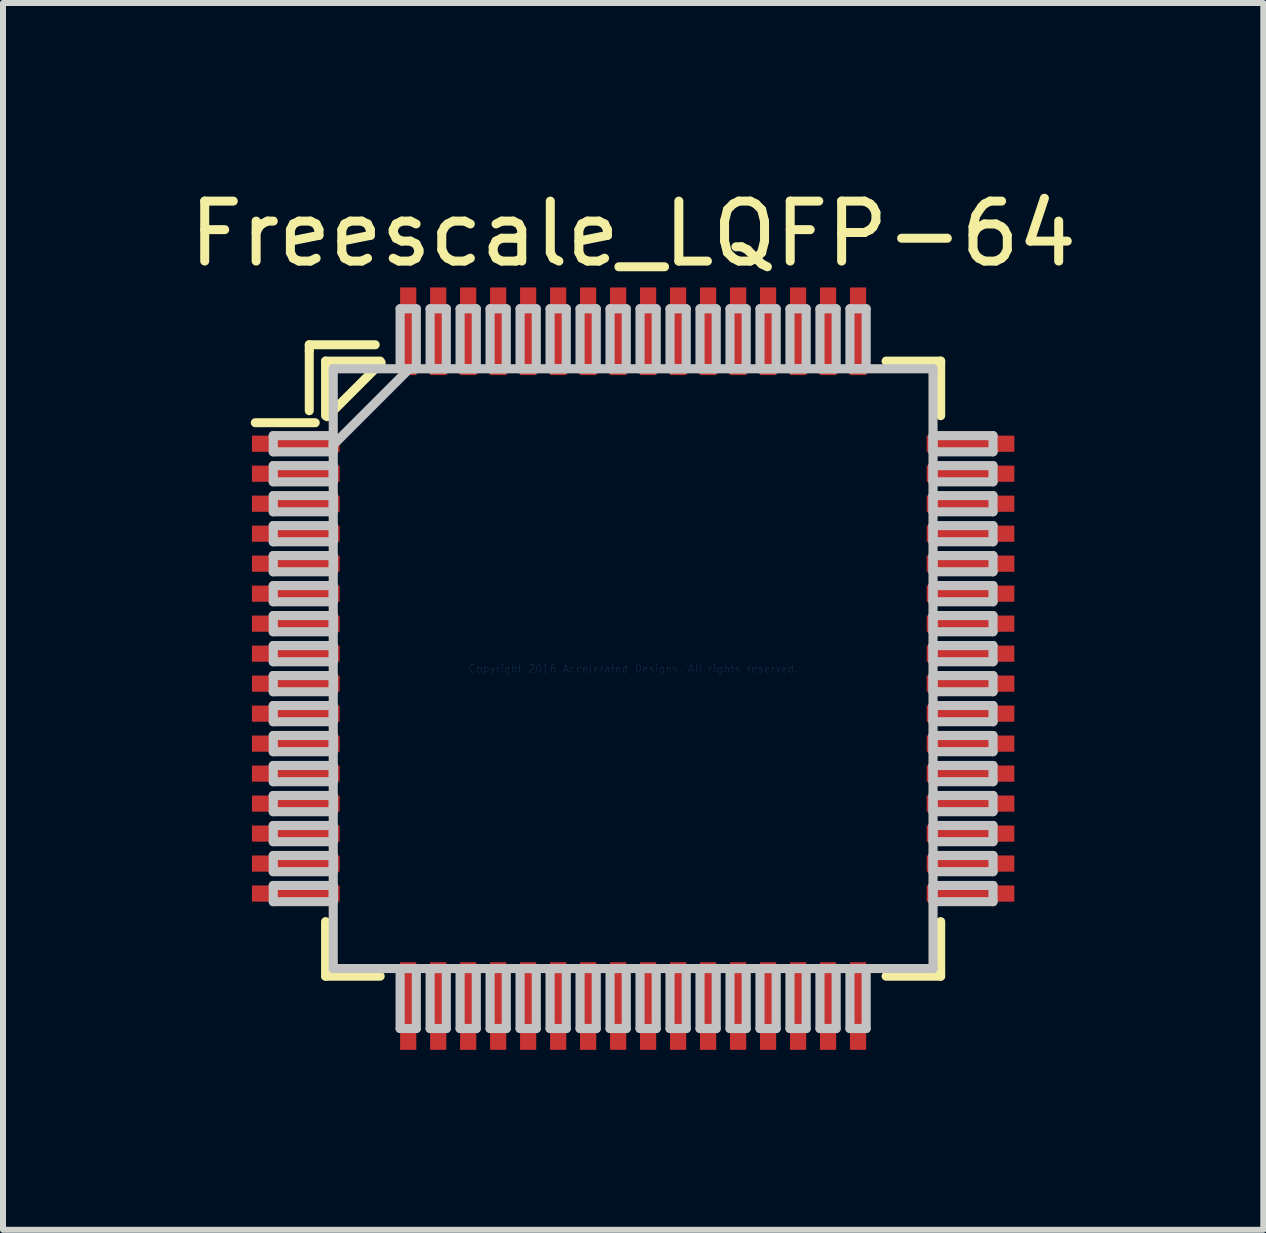
<source format=kicad_pcb>
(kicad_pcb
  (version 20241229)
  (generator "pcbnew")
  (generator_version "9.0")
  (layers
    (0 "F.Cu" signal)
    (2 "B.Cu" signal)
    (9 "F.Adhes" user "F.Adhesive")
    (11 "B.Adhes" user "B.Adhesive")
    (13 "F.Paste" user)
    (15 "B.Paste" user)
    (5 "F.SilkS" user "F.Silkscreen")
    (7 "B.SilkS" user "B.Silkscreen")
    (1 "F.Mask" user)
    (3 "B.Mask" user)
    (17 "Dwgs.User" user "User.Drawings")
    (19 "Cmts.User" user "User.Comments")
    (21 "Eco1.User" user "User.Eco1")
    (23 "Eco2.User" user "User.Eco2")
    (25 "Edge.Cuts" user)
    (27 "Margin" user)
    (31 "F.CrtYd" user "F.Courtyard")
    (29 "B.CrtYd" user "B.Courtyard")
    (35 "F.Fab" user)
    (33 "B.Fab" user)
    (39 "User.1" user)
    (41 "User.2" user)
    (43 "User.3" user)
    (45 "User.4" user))
  (footprint "Freescale_LQFP-64"
    (layer "F.Cu")
    (at 7.506 8.098)
    (property "Reference" "Freescale_LQFP-64" (at 0 -7.25 0) (layer "F.SilkS") (effects (font (size 1 1) (thickness 0.15))))
    (attr through_hole)
    (fp_line (start -5.4 -5.4) (end -4.3 -5.4) (stroke (width 0.15) (type solid)) (layer "F.SilkS"))
    (fp_line (start -5.4 -5.3) (end -5.4 -5.4) (stroke (width 0.15) (type solid)) (layer "F.SilkS"))
    (fp_line (start -5.4 -4.3) (end -5.4 -5.3) (stroke (width 0.15) (type solid)) (layer "F.SilkS"))
    (fp_line (start -5.3 -4.1) (end -6.3 -4.1) (stroke (width 0.15) (type solid)) (layer "F.SilkS"))
    (fp_line (start -5.127 -5.127) (end -5.127 -4.218) (stroke (width 0.152) (type solid)) (layer "F.SilkS"))
    (fp_line (start -5.127 4.218) (end -5.127 5.127) (stroke (width 0.152) (type solid)) (layer "F.SilkS"))
    (fp_line (start -5.127 5.127) (end -4.218 5.127) (stroke (width 0.152) (type solid)) (layer "F.SilkS"))
    (fp_line (start -4.218 -5.127) (end -5.127 -5.127) (stroke (width 0.152) (type solid)) (layer "F.SilkS"))
    (fp_line (start -4.2 -5.1) (end -5.1 -4.2) (stroke (width 0.15) (type solid)) (layer "F.SilkS"))
    (fp_line (start 4.218 5.127) (end 5.127 5.127) (stroke (width 0.152) (type solid)) (layer "F.SilkS"))
    (fp_line (start 5.127 -5.127) (end 4.218 -5.127) (stroke (width 0.152) (type solid)) (layer "F.SilkS"))
    (fp_line (start 5.127 -4.218) (end 5.127 -5.127) (stroke (width 0.152) (type solid)) (layer "F.SilkS"))
    (fp_line (start 5.127 5.127) (end 5.127 4.218) (stroke (width 0.152) (type solid)) (layer "F.SilkS"))
    (fp_line (start -6 -3.885) (end -6 -3.615) (stroke (width 0.152) (type solid)) (layer "Dwgs.User"))
    (fp_line (start -6 -3.615) (end -5 -3.615) (stroke (width 0.152) (type solid)) (layer "Dwgs.User"))
    (fp_line (start -6 -3.385) (end -6 -3.115) (stroke (width 0.152) (type solid)) (layer "Dwgs.User"))
    (fp_line (start -6 -3.115) (end -5 -3.115) (stroke (width 0.152) (type solid)) (layer "Dwgs.User"))
    (fp_line (start -6 -2.885) (end -6 -2.615) (stroke (width 0.152) (type solid)) (layer "Dwgs.User"))
    (fp_line (start -6 -2.615) (end -5 -2.615) (stroke (width 0.152) (type solid)) (layer "Dwgs.User"))
    (fp_line (start -6 -2.385) (end -6 -2.115) (stroke (width 0.152) (type solid)) (layer "Dwgs.User"))
    (fp_line (start -6 -2.115) (end -5 -2.115) (stroke (width 0.152) (type solid)) (layer "Dwgs.User"))
    (fp_line (start -6 -1.885) (end -6 -1.615) (stroke (width 0.152) (type solid)) (layer "Dwgs.User"))
    (fp_line (start -6 -1.615) (end -5 -1.615) (stroke (width 0.152) (type solid)) (layer "Dwgs.User"))
    (fp_line (start -6 -1.385) (end -6 -1.115) (stroke (width 0.152) (type solid)) (layer "Dwgs.User"))
    (fp_line (start -6 -1.115) (end -5 -1.115) (stroke (width 0.152) (type solid)) (layer "Dwgs.User"))
    (fp_line (start -6 -0.885) (end -6 -0.615) (stroke (width 0.152) (type solid)) (layer "Dwgs.User"))
    (fp_line (start -6 -0.615) (end -5 -0.615) (stroke (width 0.152) (type solid)) (layer "Dwgs.User"))
    (fp_line (start -6 -0.385) (end -6 -0.115) (stroke (width 0.152) (type solid)) (layer "Dwgs.User"))
    (fp_line (start -6 -0.115) (end -5 -0.115) (stroke (width 0.152) (type solid)) (layer "Dwgs.User"))
    (fp_line (start -6 0.115) (end -6 0.385) (stroke (width 0.152) (type solid)) (layer "Dwgs.User"))
    (fp_line (start -6 0.385) (end -5 0.385) (stroke (width 0.152) (type solid)) (layer "Dwgs.User"))
    (fp_line (start -6 0.615) (end -6 0.885) (stroke (width 0.152) (type solid)) (layer "Dwgs.User"))
    (fp_line (start -6 0.885) (end -5 0.885) (stroke (width 0.152) (type solid)) (layer "Dwgs.User"))
    (fp_line (start -6 1.115) (end -6 1.385) (stroke (width 0.152) (type solid)) (layer "Dwgs.User"))
    (fp_line (start -6 1.385) (end -5 1.385) (stroke (width 0.152) (type solid)) (layer "Dwgs.User"))
    (fp_line (start -6 1.615) (end -6 1.885) (stroke (width 0.152) (type solid)) (layer "Dwgs.User"))
    (fp_line (start -6 1.885) (end -5 1.885) (stroke (width 0.152) (type solid)) (layer "Dwgs.User"))
    (fp_line (start -6 2.115) (end -6 2.385) (stroke (width 0.152) (type solid)) (layer "Dwgs.User"))
    (fp_line (start -6 2.385) (end -5 2.385) (stroke (width 0.152) (type solid)) (layer "Dwgs.User"))
    (fp_line (start -6 2.615) (end -6 2.885) (stroke (width 0.152) (type solid)) (layer "Dwgs.User"))
    (fp_line (start -6 2.885) (end -5 2.885) (stroke (width 0.152) (type solid)) (layer "Dwgs.User"))
    (fp_line (start -6 3.115) (end -6 3.385) (stroke (width 0.152) (type solid)) (layer "Dwgs.User"))
    (fp_line (start -6 3.385) (end -5 3.385) (stroke (width 0.152) (type solid)) (layer "Dwgs.User"))
    (fp_line (start -6 3.615) (end -6 3.885) (stroke (width 0.152) (type solid)) (layer "Dwgs.User"))
    (fp_line (start -6 3.885) (end -5 3.885) (stroke (width 0.152) (type solid)) (layer "Dwgs.User"))
    (fp_line (start -5 -5) (end -5 -5) (stroke (width 0.152) (type solid)) (layer "Dwgs.User"))
    (fp_line (start -5 -5) (end -5 5) (stroke (width 0.152) (type solid)) (layer "Dwgs.User"))
    (fp_line (start -5 -3.885) (end -6 -3.885) (stroke (width 0.152) (type solid)) (layer "Dwgs.User"))
    (fp_line (start -5 -3.73) (end -3.73 -5) (stroke (width 0.152) (type solid)) (layer "Dwgs.User"))
    (fp_line (start -5 -3.615) (end -5 -3.885) (stroke (width 0.152) (type solid)) (layer "Dwgs.User"))
    (fp_line (start -5 -3.385) (end -6 -3.385) (stroke (width 0.152) (type solid)) (layer "Dwgs.User"))
    (fp_line (start -5 -3.115) (end -5 -3.385) (stroke (width 0.152) (type solid)) (layer "Dwgs.User"))
    (fp_line (start -5 -2.885) (end -6 -2.885) (stroke (width 0.152) (type solid)) (layer "Dwgs.User"))
    (fp_line (start -5 -2.615) (end -5 -2.885) (stroke (width 0.152) (type solid)) (layer "Dwgs.User"))
    (fp_line (start -5 -2.385) (end -6 -2.385) (stroke (width 0.152) (type solid)) (layer "Dwgs.User"))
    (fp_line (start -5 -2.115) (end -5 -2.385) (stroke (width 0.152) (type solid)) (layer "Dwgs.User"))
    (fp_line (start -5 -1.885) (end -6 -1.885) (stroke (width 0.152) (type solid)) (layer "Dwgs.User"))
    (fp_line (start -5 -1.615) (end -5 -1.885) (stroke (width 0.152) (type solid)) (layer "Dwgs.User"))
    (fp_line (start -5 -1.385) (end -6 -1.385) (stroke (width 0.152) (type solid)) (layer "Dwgs.User"))
    (fp_line (start -5 -1.115) (end -5 -1.385) (stroke (width 0.152) (type solid)) (layer "Dwgs.User"))
    (fp_line (start -5 -0.885) (end -6 -0.885) (stroke (width 0.152) (type solid)) (layer "Dwgs.User"))
    (fp_line (start -5 -0.615) (end -5 -0.885) (stroke (width 0.152) (type solid)) (layer "Dwgs.User"))
    (fp_line (start -5 -0.385) (end -6 -0.385) (stroke (width 0.152) (type solid)) (layer "Dwgs.User"))
    (fp_line (start -5 -0.115) (end -5 -0.385) (stroke (width 0.152) (type solid)) (layer "Dwgs.User"))
    (fp_line (start -5 0.115) (end -6 0.115) (stroke (width 0.152) (type solid)) (layer "Dwgs.User"))
    (fp_line (start -5 0.385) (end -5 0.115) (stroke (width 0.152) (type solid)) (layer "Dwgs.User"))
    (fp_line (start -5 0.615) (end -6 0.615) (stroke (width 0.152) (type solid)) (layer "Dwgs.User"))
    (fp_line (start -5 0.885) (end -5 0.615) (stroke (width 0.152) (type solid)) (layer "Dwgs.User"))
    (fp_line (start -5 1.115) (end -6 1.115) (stroke (width 0.152) (type solid)) (layer "Dwgs.User"))
    (fp_line (start -5 1.385) (end -5 1.115) (stroke (width 0.152) (type solid)) (layer "Dwgs.User"))
    (fp_line (start -5 1.615) (end -6 1.615) (stroke (width 0.152) (type solid)) (layer "Dwgs.User"))
    (fp_line (start -5 1.885) (end -5 1.615) (stroke (width 0.152) (type solid)) (layer "Dwgs.User"))
    (fp_line (start -5 2.115) (end -6 2.115) (stroke (width 0.152) (type solid)) (layer "Dwgs.User"))
    (fp_line (start -5 2.385) (end -5 2.115) (stroke (width 0.152) (type solid)) (layer "Dwgs.User"))
    (fp_line (start -5 2.615) (end -6 2.615) (stroke (width 0.152) (type solid)) (layer "Dwgs.User"))
    (fp_line (start -5 2.885) (end -5 2.615) (stroke (width 0.152) (type solid)) (layer "Dwgs.User"))
    (fp_line (start -5 3.115) (end -6 3.115) (stroke (width 0.152) (type solid)) (layer "Dwgs.User"))
    (fp_line (start -5 3.385) (end -5 3.115) (stroke (width 0.152) (type solid)) (layer "Dwgs.User"))
    (fp_line (start -5 3.615) (end -6 3.615) (stroke (width 0.152) (type solid)) (layer "Dwgs.User"))
    (fp_line (start -5 3.885) (end -5 3.615) (stroke (width 0.152) (type solid)) (layer "Dwgs.User"))
    (fp_line (start -5 5) (end -5 5) (stroke (width 0.152) (type solid)) (layer "Dwgs.User"))
    (fp_line (start -5 5) (end 5 5) (stroke (width 0.152) (type solid)) (layer "Dwgs.User"))
    (fp_line (start -3.885 -6) (end -3.885 -5) (stroke (width 0.152) (type solid)) (layer "Dwgs.User"))
    (fp_line (start -3.885 -5) (end -3.615 -5) (stroke (width 0.152) (type solid)) (layer "Dwgs.User"))
    (fp_line (start -3.885 5) (end -3.885 6) (stroke (width 0.152) (type solid)) (layer "Dwgs.User"))
    (fp_line (start -3.885 6) (end -3.615 6) (stroke (width 0.152) (type solid)) (layer "Dwgs.User"))
    (fp_line (start -3.615 -6) (end -3.885 -6) (stroke (width 0.152) (type solid)) (layer "Dwgs.User"))
    (fp_line (start -3.615 -5) (end -3.615 -6) (stroke (width 0.152) (type solid)) (layer "Dwgs.User"))
    (fp_line (start -3.615 5) (end -3.885 5) (stroke (width 0.152) (type solid)) (layer "Dwgs.User"))
    (fp_line (start -3.615 6) (end -3.615 5) (stroke (width 0.152) (type solid)) (layer "Dwgs.User"))
    (fp_line (start -3.385 -6) (end -3.385 -5) (stroke (width 0.152) (type solid)) (layer "Dwgs.User"))
    (fp_line (start -3.385 -5) (end -3.115 -5) (stroke (width 0.152) (type solid)) (layer "Dwgs.User"))
    (fp_line (start -3.385 5) (end -3.385 6) (stroke (width 0.152) (type solid)) (layer "Dwgs.User"))
    (fp_line (start -3.385 6) (end -3.115 6) (stroke (width 0.152) (type solid)) (layer "Dwgs.User"))
    (fp_line (start -3.115 -6) (end -3.385 -6) (stroke (width 0.152) (type solid)) (layer "Dwgs.User"))
    (fp_line (start -3.115 -5) (end -3.115 -6) (stroke (width 0.152) (type solid)) (layer "Dwgs.User"))
    (fp_line (start -3.115 5) (end -3.385 5) (stroke (width 0.152) (type solid)) (layer "Dwgs.User"))
    (fp_line (start -3.115 6) (end -3.115 5) (stroke (width 0.152) (type solid)) (layer "Dwgs.User"))
    (fp_line (start -2.885 -6) (end -2.885 -5) (stroke (width 0.152) (type solid)) (layer "Dwgs.User"))
    (fp_line (start -2.885 -5) (end -2.615 -5) (stroke (width 0.152) (type solid)) (layer "Dwgs.User"))
    (fp_line (start -2.885 5) (end -2.885 6) (stroke (width 0.152) (type solid)) (layer "Dwgs.User"))
    (fp_line (start -2.885 6) (end -2.615 6) (stroke (width 0.152) (type solid)) (layer "Dwgs.User"))
    (fp_line (start -2.615 -6) (end -2.885 -6) (stroke (width 0.152) (type solid)) (layer "Dwgs.User"))
    (fp_line (start -2.615 -5) (end -2.615 -6) (stroke (width 0.152) (type solid)) (layer "Dwgs.User"))
    (fp_line (start -2.615 5) (end -2.885 5) (stroke (width 0.152) (type solid)) (layer "Dwgs.User"))
    (fp_line (start -2.615 6) (end -2.615 5) (stroke (width 0.152) (type solid)) (layer "Dwgs.User"))
    (fp_line (start -2.385 -6) (end -2.385 -5) (stroke (width 0.152) (type solid)) (layer "Dwgs.User"))
    (fp_line (start -2.385 -5) (end -2.115 -5) (stroke (width 0.152) (type solid)) (layer "Dwgs.User"))
    (fp_line (start -2.385 5) (end -2.385 6) (stroke (width 0.152) (type solid)) (layer "Dwgs.User"))
    (fp_line (start -2.385 6) (end -2.115 6) (stroke (width 0.152) (type solid)) (layer "Dwgs.User"))
    (fp_line (start -2.115 -6) (end -2.385 -6) (stroke (width 0.152) (type solid)) (layer "Dwgs.User"))
    (fp_line (start -2.115 -5) (end -2.115 -6) (stroke (width 0.152) (type solid)) (layer "Dwgs.User"))
    (fp_line (start -2.115 5) (end -2.385 5) (stroke (width 0.152) (type solid)) (layer "Dwgs.User"))
    (fp_line (start -2.115 6) (end -2.115 5) (stroke (width 0.152) (type solid)) (layer "Dwgs.User"))
    (fp_line (start -1.885 -6) (end -1.885 -5) (stroke (width 0.152) (type solid)) (layer "Dwgs.User"))
    (fp_line (start -1.885 -5) (end -1.615 -5) (stroke (width 0.152) (type solid)) (layer "Dwgs.User"))
    (fp_line (start -1.885 5) (end -1.885 6) (stroke (width 0.152) (type solid)) (layer "Dwgs.User"))
    (fp_line (start -1.885 6) (end -1.615 6) (stroke (width 0.152) (type solid)) (layer "Dwgs.User"))
    (fp_line (start -1.615 -6) (end -1.885 -6) (stroke (width 0.152) (type solid)) (layer "Dwgs.User"))
    (fp_line (start -1.615 -5) (end -1.615 -6) (stroke (width 0.152) (type solid)) (layer "Dwgs.User"))
    (fp_line (start -1.615 5) (end -1.885 5) (stroke (width 0.152) (type solid)) (layer "Dwgs.User"))
    (fp_line (start -1.615 6) (end -1.615 5) (stroke (width 0.152) (type solid)) (layer "Dwgs.User"))
    (fp_line (start -1.385 -6) (end -1.385 -5) (stroke (width 0.152) (type solid)) (layer "Dwgs.User"))
    (fp_line (start -1.385 -5) (end -1.115 -5) (stroke (width 0.152) (type solid)) (layer "Dwgs.User"))
    (fp_line (start -1.385 5) (end -1.385 6) (stroke (width 0.152) (type solid)) (layer "Dwgs.User"))
    (fp_line (start -1.385 6) (end -1.115 6) (stroke (width 0.152) (type solid)) (layer "Dwgs.User"))
    (fp_line (start -1.115 -6) (end -1.385 -6) (stroke (width 0.152) (type solid)) (layer "Dwgs.User"))
    (fp_line (start -1.115 -5) (end -1.115 -6) (stroke (width 0.152) (type solid)) (layer "Dwgs.User"))
    (fp_line (start -1.115 5) (end -1.385 5) (stroke (width 0.152) (type solid)) (layer "Dwgs.User"))
    (fp_line (start -1.115 6) (end -1.115 5) (stroke (width 0.152) (type solid)) (layer "Dwgs.User"))
    (fp_line (start -0.885 -6) (end -0.885 -5) (stroke (width 0.152) (type solid)) (layer "Dwgs.User"))
    (fp_line (start -0.885 -5) (end -0.615 -5) (stroke (width 0.152) (type solid)) (layer "Dwgs.User"))
    (fp_line (start -0.885 5) (end -0.885 6) (stroke (width 0.152) (type solid)) (layer "Dwgs.User"))
    (fp_line (start -0.885 6) (end -0.615 6) (stroke (width 0.152) (type solid)) (layer "Dwgs.User"))
    (fp_line (start -0.615 -6) (end -0.885 -6) (stroke (width 0.152) (type solid)) (layer "Dwgs.User"))
    (fp_line (start -0.615 -5) (end -0.615 -6) (stroke (width 0.152) (type solid)) (layer "Dwgs.User"))
    (fp_line (start -0.615 5) (end -0.885 5) (stroke (width 0.152) (type solid)) (layer "Dwgs.User"))
    (fp_line (start -0.615 6) (end -0.615 5) (stroke (width 0.152) (type solid)) (layer "Dwgs.User"))
    (fp_line (start -0.385 -6) (end -0.385 -5) (stroke (width 0.152) (type solid)) (layer "Dwgs.User"))
    (fp_line (start -0.385 -5) (end -0.115 -5) (stroke (width 0.152) (type solid)) (layer "Dwgs.User"))
    (fp_line (start -0.385 5) (end -0.385 6) (stroke (width 0.152) (type solid)) (layer "Dwgs.User"))
    (fp_line (start -0.385 6) (end -0.115 6) (stroke (width 0.152) (type solid)) (layer "Dwgs.User"))
    (fp_line (start -0.115 -6) (end -0.385 -6) (stroke (width 0.152) (type solid)) (layer "Dwgs.User"))
    (fp_line (start -0.115 -5) (end -0.115 -6) (stroke (width 0.152) (type solid)) (layer "Dwgs.User"))
    (fp_line (start -0.115 5) (end -0.385 5) (stroke (width 0.152) (type solid)) (layer "Dwgs.User"))
    (fp_line (start -0.115 6) (end -0.115 5) (stroke (width 0.152) (type solid)) (layer "Dwgs.User"))
    (fp_line (start 0.115 -6) (end 0.115 -5) (stroke (width 0.152) (type solid)) (layer "Dwgs.User"))
    (fp_line (start 0.115 -5) (end 0.385 -5) (stroke (width 0.152) (type solid)) (layer "Dwgs.User"))
    (fp_line (start 0.115 5) (end 0.115 6) (stroke (width 0.152) (type solid)) (layer "Dwgs.User"))
    (fp_line (start 0.115 6) (end 0.385 6) (stroke (width 0.152) (type solid)) (layer "Dwgs.User"))
    (fp_line (start 0.385 -6) (end 0.115 -6) (stroke (width 0.152) (type solid)) (layer "Dwgs.User"))
    (fp_line (start 0.385 -5) (end 0.385 -6) (stroke (width 0.152) (type solid)) (layer "Dwgs.User"))
    (fp_line (start 0.385 5) (end 0.115 5) (stroke (width 0.152) (type solid)) (layer "Dwgs.User"))
    (fp_line (start 0.385 6) (end 0.385 5) (stroke (width 0.152) (type solid)) (layer "Dwgs.User"))
    (fp_line (start 0.615 -6) (end 0.615 -5) (stroke (width 0.152) (type solid)) (layer "Dwgs.User"))
    (fp_line (start 0.615 -5) (end 0.885 -5) (stroke (width 0.152) (type solid)) (layer "Dwgs.User"))
    (fp_line (start 0.615 5) (end 0.615 6) (stroke (width 0.152) (type solid)) (layer "Dwgs.User"))
    (fp_line (start 0.615 6) (end 0.885 6) (stroke (width 0.152) (type solid)) (layer "Dwgs.User"))
    (fp_line (start 0.885 -6) (end 0.615 -6) (stroke (width 0.152) (type solid)) (layer "Dwgs.User"))
    (fp_line (start 0.885 -5) (end 0.885 -6) (stroke (width 0.152) (type solid)) (layer "Dwgs.User"))
    (fp_line (start 0.885 5) (end 0.615 5) (stroke (width 0.152) (type solid)) (layer "Dwgs.User"))
    (fp_line (start 0.885 6) (end 0.885 5) (stroke (width 0.152) (type solid)) (layer "Dwgs.User"))
    (fp_line (start 1.115 -6) (end 1.115 -5) (stroke (width 0.152) (type solid)) (layer "Dwgs.User"))
    (fp_line (start 1.115 -5) (end 1.385 -5) (stroke (width 0.152) (type solid)) (layer "Dwgs.User"))
    (fp_line (start 1.115 5) (end 1.115 6) (stroke (width 0.152) (type solid)) (layer "Dwgs.User"))
    (fp_line (start 1.115 6) (end 1.385 6) (stroke (width 0.152) (type solid)) (layer "Dwgs.User"))
    (fp_line (start 1.385 -6) (end 1.115 -6) (stroke (width 0.152) (type solid)) (layer "Dwgs.User"))
    (fp_line (start 1.385 -5) (end 1.385 -6) (stroke (width 0.152) (type solid)) (layer "Dwgs.User"))
    (fp_line (start 1.385 5) (end 1.115 5) (stroke (width 0.152) (type solid)) (layer "Dwgs.User"))
    (fp_line (start 1.385 6) (end 1.385 5) (stroke (width 0.152) (type solid)) (layer "Dwgs.User"))
    (fp_line (start 1.615 -6) (end 1.615 -5) (stroke (width 0.152) (type solid)) (layer "Dwgs.User"))
    (fp_line (start 1.615 -5) (end 1.885 -5) (stroke (width 0.152) (type solid)) (layer "Dwgs.User"))
    (fp_line (start 1.615 5) (end 1.615 6) (stroke (width 0.152) (type solid)) (layer "Dwgs.User"))
    (fp_line (start 1.615 6) (end 1.885 6) (stroke (width 0.152) (type solid)) (layer "Dwgs.User"))
    (fp_line (start 1.885 -6) (end 1.615 -6) (stroke (width 0.152) (type solid)) (layer "Dwgs.User"))
    (fp_line (start 1.885 -5) (end 1.885 -6) (stroke (width 0.152) (type solid)) (layer "Dwgs.User"))
    (fp_line (start 1.885 5) (end 1.615 5) (stroke (width 0.152) (type solid)) (layer "Dwgs.User"))
    (fp_line (start 1.885 6) (end 1.885 5) (stroke (width 0.152) (type solid)) (layer "Dwgs.User"))
    (fp_line (start 2.115 -6) (end 2.115 -5) (stroke (width 0.152) (type solid)) (layer "Dwgs.User"))
    (fp_line (start 2.115 -5) (end 2.385 -5) (stroke (width 0.152) (type solid)) (layer "Dwgs.User"))
    (fp_line (start 2.115 5) (end 2.115 6) (stroke (width 0.152) (type solid)) (layer "Dwgs.User"))
    (fp_line (start 2.115 6) (end 2.385 6) (stroke (width 0.152) (type solid)) (layer "Dwgs.User"))
    (fp_line (start 2.385 -6) (end 2.115 -6) (stroke (width 0.152) (type solid)) (layer "Dwgs.User"))
    (fp_line (start 2.385 -5) (end 2.385 -6) (stroke (width 0.152) (type solid)) (layer "Dwgs.User"))
    (fp_line (start 2.385 5) (end 2.115 5) (stroke (width 0.152) (type solid)) (layer "Dwgs.User"))
    (fp_line (start 2.385 6) (end 2.385 5) (stroke (width 0.152) (type solid)) (layer "Dwgs.User"))
    (fp_line (start 2.615 -6) (end 2.615 -5) (stroke (width 0.152) (type solid)) (layer "Dwgs.User"))
    (fp_line (start 2.615 -5) (end 2.885 -5) (stroke (width 0.152) (type solid)) (layer "Dwgs.User"))
    (fp_line (start 2.615 5) (end 2.615 6) (stroke (width 0.152) (type solid)) (layer "Dwgs.User"))
    (fp_line (start 2.615 6) (end 2.885 6) (stroke (width 0.152) (type solid)) (layer "Dwgs.User"))
    (fp_line (start 2.885 -6) (end 2.615 -6) (stroke (width 0.152) (type solid)) (layer "Dwgs.User"))
    (fp_line (start 2.885 -5) (end 2.885 -6) (stroke (width 0.152) (type solid)) (layer "Dwgs.User"))
    (fp_line (start 2.885 5) (end 2.615 5) (stroke (width 0.152) (type solid)) (layer "Dwgs.User"))
    (fp_line (start 2.885 6) (end 2.885 5) (stroke (width 0.152) (type solid)) (layer "Dwgs.User"))
    (fp_line (start 3.115 -6) (end 3.115 -5) (stroke (width 0.152) (type solid)) (layer "Dwgs.User"))
    (fp_line (start 3.115 -5) (end 3.385 -5) (stroke (width 0.152) (type solid)) (layer "Dwgs.User"))
    (fp_line (start 3.115 5) (end 3.115 6) (stroke (width 0.152) (type solid)) (layer "Dwgs.User"))
    (fp_line (start 3.115 6) (end 3.385 6) (stroke (width 0.152) (type solid)) (layer "Dwgs.User"))
    (fp_line (start 3.385 -6) (end 3.115 -6) (stroke (width 0.152) (type solid)) (layer "Dwgs.User"))
    (fp_line (start 3.385 -5) (end 3.385 -6) (stroke (width 0.152) (type solid)) (layer "Dwgs.User"))
    (fp_line (start 3.385 5) (end 3.115 5) (stroke (width 0.152) (type solid)) (layer "Dwgs.User"))
    (fp_line (start 3.385 6) (end 3.385 5) (stroke (width 0.152) (type solid)) (layer "Dwgs.User"))
    (fp_line (start 3.615 -6) (end 3.615 -5) (stroke (width 0.152) (type solid)) (layer "Dwgs.User"))
    (fp_line (start 3.615 -5) (end 3.885 -5) (stroke (width 0.152) (type solid)) (layer "Dwgs.User"))
    (fp_line (start 3.615 5) (end 3.615 6) (stroke (width 0.152) (type solid)) (layer "Dwgs.User"))
    (fp_line (start 3.615 6) (end 3.885 6) (stroke (width 0.152) (type solid)) (layer "Dwgs.User"))
    (fp_line (start 3.885 -6) (end 3.615 -6) (stroke (width 0.152) (type solid)) (layer "Dwgs.User"))
    (fp_line (start 3.885 -5) (end 3.885 -6) (stroke (width 0.152) (type solid)) (layer "Dwgs.User"))
    (fp_line (start 3.885 5) (end 3.615 5) (stroke (width 0.152) (type solid)) (layer "Dwgs.User"))
    (fp_line (start 3.885 6) (end 3.885 5) (stroke (width 0.152) (type solid)) (layer "Dwgs.User"))
    (fp_line (start 5 -5) (end -5 -5) (stroke (width 0.152) (type solid)) (layer "Dwgs.User"))
    (fp_line (start 5 -5) (end 5 -5) (stroke (width 0.152) (type solid)) (layer "Dwgs.User"))
    (fp_line (start 5 -3.885) (end 5 -3.615) (stroke (width 0.152) (type solid)) (layer "Dwgs.User"))
    (fp_line (start 5 -3.615) (end 6 -3.615) (stroke (width 0.152) (type solid)) (layer "Dwgs.User"))
    (fp_line (start 5 -3.385) (end 5 -3.115) (stroke (width 0.152) (type solid)) (layer "Dwgs.User"))
    (fp_line (start 5 -3.115) (end 6 -3.115) (stroke (width 0.152) (type solid)) (layer "Dwgs.User"))
    (fp_line (start 5 -2.885) (end 5 -2.615) (stroke (width 0.152) (type solid)) (layer "Dwgs.User"))
    (fp_line (start 5 -2.615) (end 6 -2.615) (stroke (width 0.152) (type solid)) (layer "Dwgs.User"))
    (fp_line (start 5 -2.385) (end 5 -2.115) (stroke (width 0.152) (type solid)) (layer "Dwgs.User"))
    (fp_line (start 5 -2.115) (end 6 -2.115) (stroke (width 0.152) (type solid)) (layer "Dwgs.User"))
    (fp_line (start 5 -1.885) (end 5 -1.615) (stroke (width 0.152) (type solid)) (layer "Dwgs.User"))
    (fp_line (start 5 -1.615) (end 6 -1.615) (stroke (width 0.152) (type solid)) (layer "Dwgs.User"))
    (fp_line (start 5 -1.385) (end 5 -1.115) (stroke (width 0.152) (type solid)) (layer "Dwgs.User"))
    (fp_line (start 5 -1.115) (end 6 -1.115) (stroke (width 0.152) (type solid)) (layer "Dwgs.User"))
    (fp_line (start 5 -0.885) (end 5 -0.615) (stroke (width 0.152) (type solid)) (layer "Dwgs.User"))
    (fp_line (start 5 -0.615) (end 6 -0.615) (stroke (width 0.152) (type solid)) (layer "Dwgs.User"))
    (fp_line (start 5 -0.385) (end 5 -0.115) (stroke (width 0.152) (type solid)) (layer "Dwgs.User"))
    (fp_line (start 5 -0.115) (end 6 -0.115) (stroke (width 0.152) (type solid)) (layer "Dwgs.User"))
    (fp_line (start 5 0.115) (end 5 0.385) (stroke (width 0.152) (type solid)) (layer "Dwgs.User"))
    (fp_line (start 5 0.385) (end 6 0.385) (stroke (width 0.152) (type solid)) (layer "Dwgs.User"))
    (fp_line (start 5 0.615) (end 5 0.885) (stroke (width 0.152) (type solid)) (layer "Dwgs.User"))
    (fp_line (start 5 0.885) (end 6 0.885) (stroke (width 0.152) (type solid)) (layer "Dwgs.User"))
    (fp_line (start 5 1.115) (end 5 1.385) (stroke (width 0.152) (type solid)) (layer "Dwgs.User"))
    (fp_line (start 5 1.385) (end 6 1.385) (stroke (width 0.152) (type solid)) (layer "Dwgs.User"))
    (fp_line (start 5 1.615) (end 5 1.885) (stroke (width 0.152) (type solid)) (layer "Dwgs.User"))
    (fp_line (start 5 1.885) (end 6 1.885) (stroke (width 0.152) (type solid)) (layer "Dwgs.User"))
    (fp_line (start 5 2.115) (end 5 2.385) (stroke (width 0.152) (type solid)) (layer "Dwgs.User"))
    (fp_line (start 5 2.385) (end 6 2.385) (stroke (width 0.152) (type solid)) (layer "Dwgs.User"))
    (fp_line (start 5 2.615) (end 5 2.885) (stroke (width 0.152) (type solid)) (layer "Dwgs.User"))
    (fp_line (start 5 2.885) (end 6 2.885) (stroke (width 0.152) (type solid)) (layer "Dwgs.User"))
    (fp_line (start 5 3.115) (end 5 3.385) (stroke (width 0.152) (type solid)) (layer "Dwgs.User"))
    (fp_line (start 5 3.385) (end 6 3.385) (stroke (width 0.152) (type solid)) (layer "Dwgs.User"))
    (fp_line (start 5 3.615) (end 5 3.885) (stroke (width 0.152) (type solid)) (layer "Dwgs.User"))
    (fp_line (start 5 3.885) (end 6 3.885) (stroke (width 0.152) (type solid)) (layer "Dwgs.User"))
    (fp_line (start 5 5) (end 5 -5) (stroke (width 0.152) (type solid)) (layer "Dwgs.User"))
    (fp_line (start 5 5) (end 5 5) (stroke (width 0.152) (type solid)) (layer "Dwgs.User"))
    (fp_line (start 6 -3.885) (end 5 -3.885) (stroke (width 0.152) (type solid)) (layer "Dwgs.User"))
    (fp_line (start 6 -3.615) (end 6 -3.885) (stroke (width 0.152) (type solid)) (layer "Dwgs.User"))
    (fp_line (start 6 -3.385) (end 5 -3.385) (stroke (width 0.152) (type solid)) (layer "Dwgs.User"))
    (fp_line (start 6 -3.115) (end 6 -3.385) (stroke (width 0.152) (type solid)) (layer "Dwgs.User"))
    (fp_line (start 6 -2.885) (end 5 -2.885) (stroke (width 0.152) (type solid)) (layer "Dwgs.User"))
    (fp_line (start 6 -2.615) (end 6 -2.885) (stroke (width 0.152) (type solid)) (layer "Dwgs.User"))
    (fp_line (start 6 -2.385) (end 5 -2.385) (stroke (width 0.152) (type solid)) (layer "Dwgs.User"))
    (fp_line (start 6 -2.115) (end 6 -2.385) (stroke (width 0.152) (type solid)) (layer "Dwgs.User"))
    (fp_line (start 6 -1.885) (end 5 -1.885) (stroke (width 0.152) (type solid)) (layer "Dwgs.User"))
    (fp_line (start 6 -1.615) (end 6 -1.885) (stroke (width 0.152) (type solid)) (layer "Dwgs.User"))
    (fp_line (start 6 -1.385) (end 5 -1.385) (stroke (width 0.152) (type solid)) (layer "Dwgs.User"))
    (fp_line (start 6 -1.115) (end 6 -1.385) (stroke (width 0.152) (type solid)) (layer "Dwgs.User"))
    (fp_line (start 6 -0.885) (end 5 -0.885) (stroke (width 0.152) (type solid)) (layer "Dwgs.User"))
    (fp_line (start 6 -0.615) (end 6 -0.885) (stroke (width 0.152) (type solid)) (layer "Dwgs.User"))
    (fp_line (start 6 -0.385) (end 5 -0.385) (stroke (width 0.152) (type solid)) (layer "Dwgs.User"))
    (fp_line (start 6 -0.115) (end 6 -0.385) (stroke (width 0.152) (type solid)) (layer "Dwgs.User"))
    (fp_line (start 6 0.115) (end 5 0.115) (stroke (width 0.152) (type solid)) (layer "Dwgs.User"))
    (fp_line (start 6 0.385) (end 6 0.115) (stroke (width 0.152) (type solid)) (layer "Dwgs.User"))
    (fp_line (start 6 0.615) (end 5 0.615) (stroke (width 0.152) (type solid)) (layer "Dwgs.User"))
    (fp_line (start 6 0.885) (end 6 0.615) (stroke (width 0.152) (type solid)) (layer "Dwgs.User"))
    (fp_line (start 6 1.115) (end 5 1.115) (stroke (width 0.152) (type solid)) (layer "Dwgs.User"))
    (fp_line (start 6 1.385) (end 6 1.115) (stroke (width 0.152) (type solid)) (layer "Dwgs.User"))
    (fp_line (start 6 1.615) (end 5 1.615) (stroke (width 0.152) (type solid)) (layer "Dwgs.User"))
    (fp_line (start 6 1.885) (end 6 1.615) (stroke (width 0.152) (type solid)) (layer "Dwgs.User"))
    (fp_line (start 6 2.115) (end 5 2.115) (stroke (width 0.152) (type solid)) (layer "Dwgs.User"))
    (fp_line (start 6 2.385) (end 6 2.115) (stroke (width 0.152) (type solid)) (layer "Dwgs.User"))
    (fp_line (start 6 2.615) (end 5 2.615) (stroke (width 0.152) (type solid)) (layer "Dwgs.User"))
    (fp_line (start 6 2.885) (end 6 2.615) (stroke (width 0.152) (type solid)) (layer "Dwgs.User"))
    (fp_line (start 6 3.115) (end 5 3.115) (stroke (width 0.152) (type solid)) (layer "Dwgs.User"))
    (fp_line (start 6 3.385) (end 6 3.115) (stroke (width 0.152) (type solid)) (layer "Dwgs.User"))
    (fp_line (start 6 3.615) (end 5 3.615) (stroke (width 0.152) (type solid)) (layer "Dwgs.User"))
    (fp_line (start 6 3.885) (end 6 3.615) (stroke (width 0.152) (type solid)) (layer "Dwgs.User"))
    (fp_text user "Copyright 2016 Accelerated Designs. All rights reserved." (at 0 0 0) (layer "Cmts.User") (effects (font (size 0.127 0.127) (thickness 0.002))))
    (pad "1" smd rect (at -5.625 -3.75 90) (size 0.27 1.461) (layers "F.Cu" "F.Mask" "F.Paste"))
    (pad "2" smd rect (at -5.625 -3.25 90) (size 0.27 1.461) (layers "F.Cu" "F.Mask" "F.Paste"))
    (pad "3" smd rect (at -5.625 -2.75 90) (size 0.27 1.461) (layers "F.Cu" "F.Mask" "F.Paste"))
    (pad "4" smd rect (at -5.625 -2.25 90) (size 0.27 1.461) (layers "F.Cu" "F.Mask" "F.Paste"))
    (pad "5" smd rect (at -5.625 -1.75 90) (size 0.27 1.461) (layers "F.Cu" "F.Mask" "F.Paste"))
    (pad "6" smd rect (at -5.625 -1.25 90) (size 0.27 1.461) (layers "F.Cu" "F.Mask" "F.Paste"))
    (pad "7" smd rect (at -5.625 -0.75 90) (size 0.27 1.461) (layers "F.Cu" "F.Mask" "F.Paste"))
    (pad "8" smd rect (at -5.625 -0.25 90) (size 0.27 1.461) (layers "F.Cu" "F.Mask" "F.Paste"))
    (pad "9" smd rect (at -5.625 0.25 90) (size 0.27 1.461) (layers "F.Cu" "F.Mask" "F.Paste"))
    (pad "10" smd rect (at -5.625 0.75 90) (size 0.27 1.461) (layers "F.Cu" "F.Mask" "F.Paste"))
    (pad "11" smd rect (at -5.625 1.25 90) (size 0.27 1.461) (layers "F.Cu" "F.Mask" "F.Paste"))
    (pad "12" smd rect (at -5.625 1.75 90) (size 0.27 1.461) (layers "F.Cu" "F.Mask" "F.Paste"))
    (pad "13" smd rect (at -5.625 2.25 90) (size 0.27 1.461) (layers "F.Cu" "F.Mask" "F.Paste"))
    (pad "14" smd rect (at -5.625 2.75 90) (size 0.27 1.461) (layers "F.Cu" "F.Mask" "F.Paste"))
    (pad "15" smd rect (at -5.625 3.25 90) (size 0.27 1.461) (layers "F.Cu" "F.Mask" "F.Paste"))
    (pad "16" smd rect (at -5.625 3.75 90) (size 0.27 1.461) (layers "F.Cu" "F.Mask" "F.Paste"))
    (pad "17" smd rect (at -3.75 5.625) (size 0.27 1.461) (layers "F.Cu" "F.Mask" "F.Paste"))
    (pad "18" smd rect (at -3.25 5.625) (size 0.27 1.461) (layers "F.Cu" "F.Mask" "F.Paste"))
    (pad "19" smd rect (at -2.75 5.625) (size 0.27 1.461) (layers "F.Cu" "F.Mask" "F.Paste"))
    (pad "20" smd rect (at -2.25 5.625) (size 0.27 1.461) (layers "F.Cu" "F.Mask" "F.Paste"))
    (pad "21" smd rect (at -1.75 5.625) (size 0.27 1.461) (layers "F.Cu" "F.Mask" "F.Paste"))
    (pad "22" smd rect (at -1.25 5.625) (size 0.27 1.461) (layers "F.Cu" "F.Mask" "F.Paste"))
    (pad "23" smd rect (at -0.75 5.625) (size 0.27 1.461) (layers "F.Cu" "F.Mask" "F.Paste"))
    (pad "24" smd rect (at -0.25 5.625) (size 0.27 1.461) (layers "F.Cu" "F.Mask" "F.Paste"))
    (pad "25" smd rect (at 0.25 5.625) (size 0.27 1.461) (layers "F.Cu" "F.Mask" "F.Paste"))
    (pad "26" smd rect (at 0.75 5.625) (size 0.27 1.461) (layers "F.Cu" "F.Mask" "F.Paste"))
    (pad "27" smd rect (at 1.25 5.625) (size 0.27 1.461) (layers "F.Cu" "F.Mask" "F.Paste"))
    (pad "28" smd rect (at 1.75 5.625) (size 0.27 1.461) (layers "F.Cu" "F.Mask" "F.Paste"))
    (pad "29" smd rect (at 2.25 5.625) (size 0.27 1.461) (layers "F.Cu" "F.Mask" "F.Paste"))
    (pad "30" smd rect (at 2.75 5.625) (size 0.27 1.461) (layers "F.Cu" "F.Mask" "F.Paste"))
    (pad "31" smd rect (at 3.25 5.625) (size 0.27 1.461) (layers "F.Cu" "F.Mask" "F.Paste"))
    (pad "32" smd rect (at 3.75 5.625) (size 0.27 1.461) (layers "F.Cu" "F.Mask" "F.Paste"))
    (pad "33" smd rect (at 5.625 3.75 90) (size 0.27 1.461) (layers "F.Cu" "F.Mask" "F.Paste"))
    (pad "34" smd rect (at 5.625 3.25 90) (size 0.27 1.461) (layers "F.Cu" "F.Mask" "F.Paste"))
    (pad "35" smd rect (at 5.625 2.75 90) (size 0.27 1.461) (layers "F.Cu" "F.Mask" "F.Paste"))
    (pad "36" smd rect (at 5.625 2.25 90) (size 0.27 1.461) (layers "F.Cu" "F.Mask" "F.Paste"))
    (pad "37" smd rect (at 5.625 1.75 90) (size 0.27 1.461) (layers "F.Cu" "F.Mask" "F.Paste"))
    (pad "38" smd rect (at 5.625 1.25 90) (size 0.27 1.461) (layers "F.Cu" "F.Mask" "F.Paste"))
    (pad "39" smd rect (at 5.625 0.75 90) (size 0.27 1.461) (layers "F.Cu" "F.Mask" "F.Paste"))
    (pad "40" smd rect (at 5.625 0.25 90) (size 0.27 1.461) (layers "F.Cu" "F.Mask" "F.Paste"))
    (pad "41" smd rect (at 5.625 -0.25 90) (size 0.27 1.461) (layers "F.Cu" "F.Mask" "F.Paste"))
    (pad "42" smd rect (at 5.625 -0.75 90) (size 0.27 1.461) (layers "F.Cu" "F.Mask" "F.Paste"))
    (pad "43" smd rect (at 5.625 -1.25 90) (size 0.27 1.461) (layers "F.Cu" "F.Mask" "F.Paste"))
    (pad "44" smd rect (at 5.625 -1.75 90) (size 0.27 1.461) (layers "F.Cu" "F.Mask" "F.Paste"))
    (pad "45" smd rect (at 5.625 -2.25 90) (size 0.27 1.461) (layers "F.Cu" "F.Mask" "F.Paste"))
    (pad "46" smd rect (at 5.625 -2.75 90) (size 0.27 1.461) (layers "F.Cu" "F.Mask" "F.Paste"))
    (pad "47" smd rect (at 5.625 -3.25 90) (size 0.27 1.461) (layers "F.Cu" "F.Mask" "F.Paste"))
    (pad "48" smd rect (at 5.625 -3.75 90) (size 0.27 1.461) (layers "F.Cu" "F.Mask" "F.Paste"))
    (pad "49" smd rect (at 3.75 -5.625) (size 0.27 1.461) (layers "F.Cu" "F.Mask" "F.Paste"))
    (pad "50" smd rect (at 3.25 -5.625) (size 0.27 1.461) (layers "F.Cu" "F.Mask" "F.Paste"))
    (pad "51" smd rect (at 2.75 -5.625) (size 0.27 1.461) (layers "F.Cu" "F.Mask" "F.Paste"))
    (pad "52" smd rect (at 2.25 -5.625) (size 0.27 1.461) (layers "F.Cu" "F.Mask" "F.Paste"))
    (pad "53" smd rect (at 1.75 -5.625) (size 0.27 1.461) (layers "F.Cu" "F.Mask" "F.Paste"))
    (pad "54" smd rect (at 1.25 -5.625) (size 0.27 1.461) (layers "F.Cu" "F.Mask" "F.Paste"))
    (pad "55" smd rect (at 0.75 -5.625) (size 0.27 1.461) (layers "F.Cu" "F.Mask" "F.Paste"))
    (pad "56" smd rect (at 0.25 -5.625) (size 0.27 1.461) (layers "F.Cu" "F.Mask" "F.Paste"))
    (pad "57" smd rect (at -0.25 -5.625) (size 0.27 1.461) (layers "F.Cu" "F.Mask" "F.Paste"))
    (pad "58" smd rect (at -0.75 -5.625) (size 0.27 1.461) (layers "F.Cu" "F.Mask" "F.Paste"))
    (pad "59" smd rect (at -1.25 -5.625) (size 0.27 1.461) (layers "F.Cu" "F.Mask" "F.Paste"))
    (pad "60" smd rect (at -1.75 -5.625) (size 0.27 1.461) (layers "F.Cu" "F.Mask" "F.Paste"))
    (pad "61" smd rect (at -2.25 -5.625) (size 0.27 1.461) (layers "F.Cu" "F.Mask" "F.Paste"))
    (pad "62" smd rect (at -2.75 -5.625) (size 0.27 1.461) (layers "F.Cu" "F.Mask" "F.Paste"))
    (pad "63" smd rect (at -3.25 -5.625) (size 0.27 1.461) (layers "F.Cu" "F.Mask" "F.Paste"))
    (pad "64" smd rect (at -3.75 -5.625) (size 0.27 1.461) (layers "F.Cu" "F.Mask" "F.Paste")))
  (gr_rect
    (start -3 -3)
    (end 18.012 17.454)
    (stroke (width 0.1) (type default))
    (fill no)
    (layer "Edge.Cuts")))
</source>
